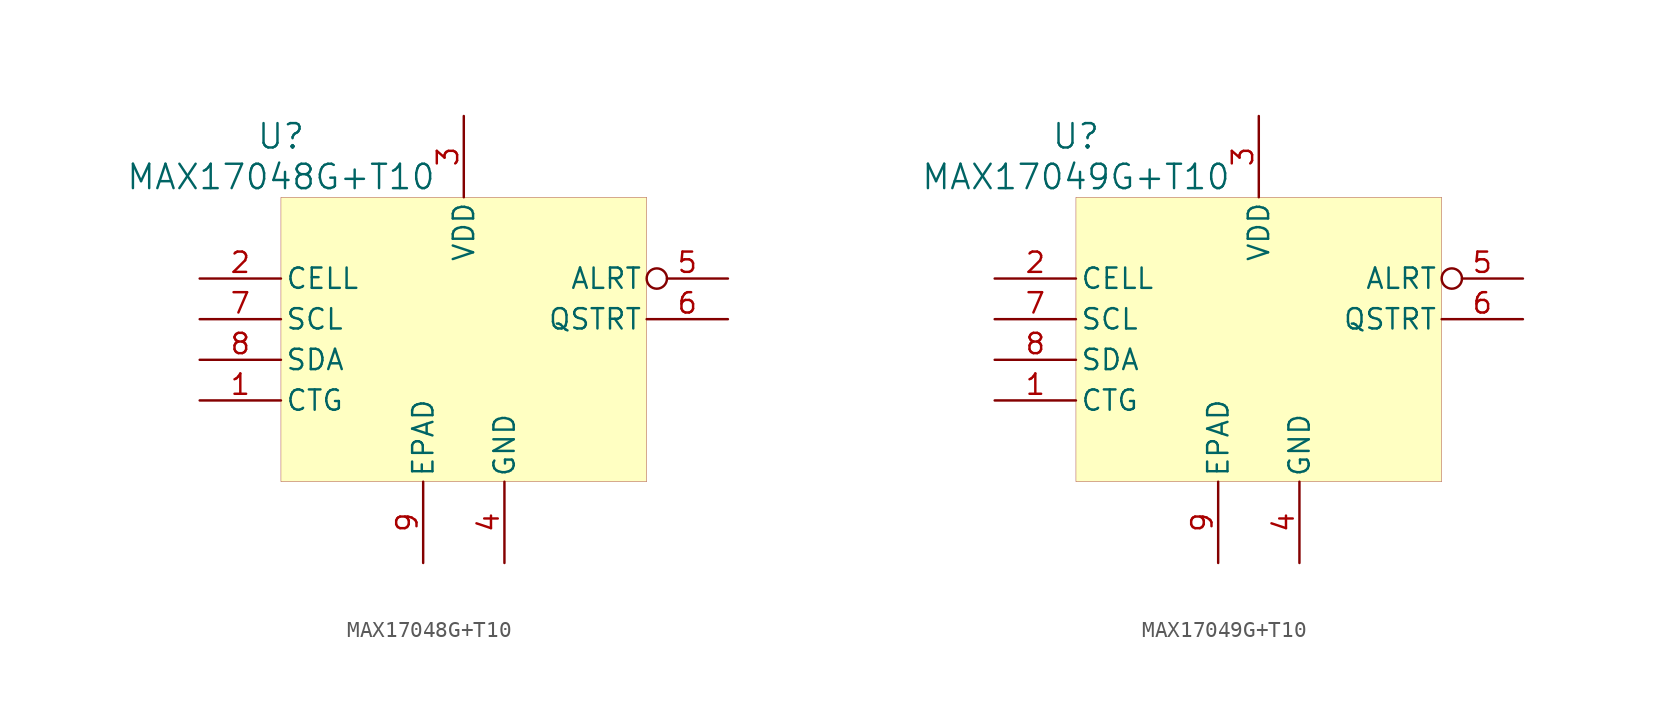
<source format=kicad_sym>
(kicad_symbol_lib
  (version 20201005)
  (generator kicad_symbol_editor)
  (symbol "M_Battery-Management:MAX17048G+T10"
    (pin_names
      (offset 0.254))
    (property "Reference" "U"
      (at 0 8.89 0)
      (effects (font (size 1.524 1.524))))
    (property "Value" "MAX17048G+T10"
      (at 0 6.35 0)
      (effects (font (size 1.524 1.524))))
    (symbol "MAX17048G+T10_1_1"
      (rectangle (start 0 5.08) (end 22.86 -12.7) (stroke (width 0.001)) (fill (type background)))
      (pin unspecified line (at -5.08 -7.62 0) (length 5.08) (name "CTG" (effects (font (size 1.27 1.27)))) (number "1" (effects (font (size 1.27 1.27)))))
      (pin input line (at -5.08 0 0) (length 5.08) (name "CELL" (effects (font (size 1.27 1.27)))) (number "2" (effects (font (size 1.27 1.27)))))
      (pin power_in line (at 11.43 10.16 270) (length 5.08) (name "VDD" (effects (font (size 1.27 1.27)))) (number "3" (effects (font (size 1.27 1.27)))))
      (pin power_in line (at 13.97 -17.78 90) (length 5.08) (name "GND" (effects (font (size 1.27 1.27)))) (number "4" (effects (font (size 1.27 1.27)))))
      (pin output inverted (at 27.94 0 180) (length 5.08) (name "ALRT" (effects (font (size 1.27 1.27)))) (number "5" (effects (font (size 1.27 1.27)))))
      (pin input line (at 27.94 -2.54 180) (length 5.08) (name "QSTRT" (effects (font (size 1.27 1.27)))) (number "6" (effects (font (size 1.27 1.27)))))
      (pin input line (at -5.08 -2.54 0) (length 5.08) (name "SCL" (effects (font (size 1.27 1.27)))) (number "7" (effects (font (size 1.27 1.27)))))
      (pin bidirectional line (at -5.08 -5.08 0) (length 5.08) (name "SDA" (effects (font (size 1.27 1.27)))) (number "8" (effects (font (size 1.27 1.27)))))
      (pin unspecified line (at 8.89 -17.78 90) (length 5.08) (name "EPAD" (effects (font (size 1.27 1.27)))) (number "9" (effects (font (size 1.27 1.27)))))))
  (symbol "M_Battery-Management:MAX17049G+T10"
    (pin_names
      (offset 0.254))
    (property "Reference" "U"
      (at -11.43 11.43 0)
      (effects (font (size 1.524 1.524))))
    (property "Value" "MAX17049G+T10"
      (at -11.43 8.89 0)
      (effects (font (size 1.524 1.524))))
    (symbol "MAX17049G+T10_1_1"
      (rectangle (start -11.43 7.62) (end 11.43 -10.16) (stroke (width 0.001)) (fill (type background)))
      (pin unspecified line (at -16.51 -5.08 0) (length 5.08) (name "CTG" (effects (font (size 1.27 1.27)))) (number "1" (effects (font (size 1.27 1.27)))))
      (pin input line (at -16.51 2.54 0) (length 5.08) (name "CELL" (effects (font (size 1.27 1.27)))) (number "2" (effects (font (size 1.27 1.27)))))
      (pin power_in line (at 0 12.7 270) (length 5.08) (name "VDD" (effects (font (size 1.27 1.27)))) (number "3" (effects (font (size 1.27 1.27)))))
      (pin power_in line (at 2.54 -15.24 90) (length 5.08) (name "GND" (effects (font (size 1.27 1.27)))) (number "4" (effects (font (size 1.27 1.27)))))
      (pin output inverted (at 16.51 2.54 180) (length 5.08) (name "ALRT" (effects (font (size 1.27 1.27)))) (number "5" (effects (font (size 1.27 1.27)))))
      (pin input line (at 16.51 0 180) (length 5.08) (name "QSTRT" (effects (font (size 1.27 1.27)))) (number "6" (effects (font (size 1.27 1.27)))))
      (pin input line (at -16.51 0 0) (length 5.08) (name "SCL" (effects (font (size 1.27 1.27)))) (number "7" (effects (font (size 1.27 1.27)))))
      (pin bidirectional line (at -16.51 -2.54 0) (length 5.08) (name "SDA" (effects (font (size 1.27 1.27)))) (number "8" (effects (font (size 1.27 1.27)))))
      (pin unspecified line (at -2.54 -15.24 90) (length 5.08) (name "EPAD" (effects (font (size 1.27 1.27)))) (number "9" (effects (font (size 1.27 1.27))))))))
</source>
